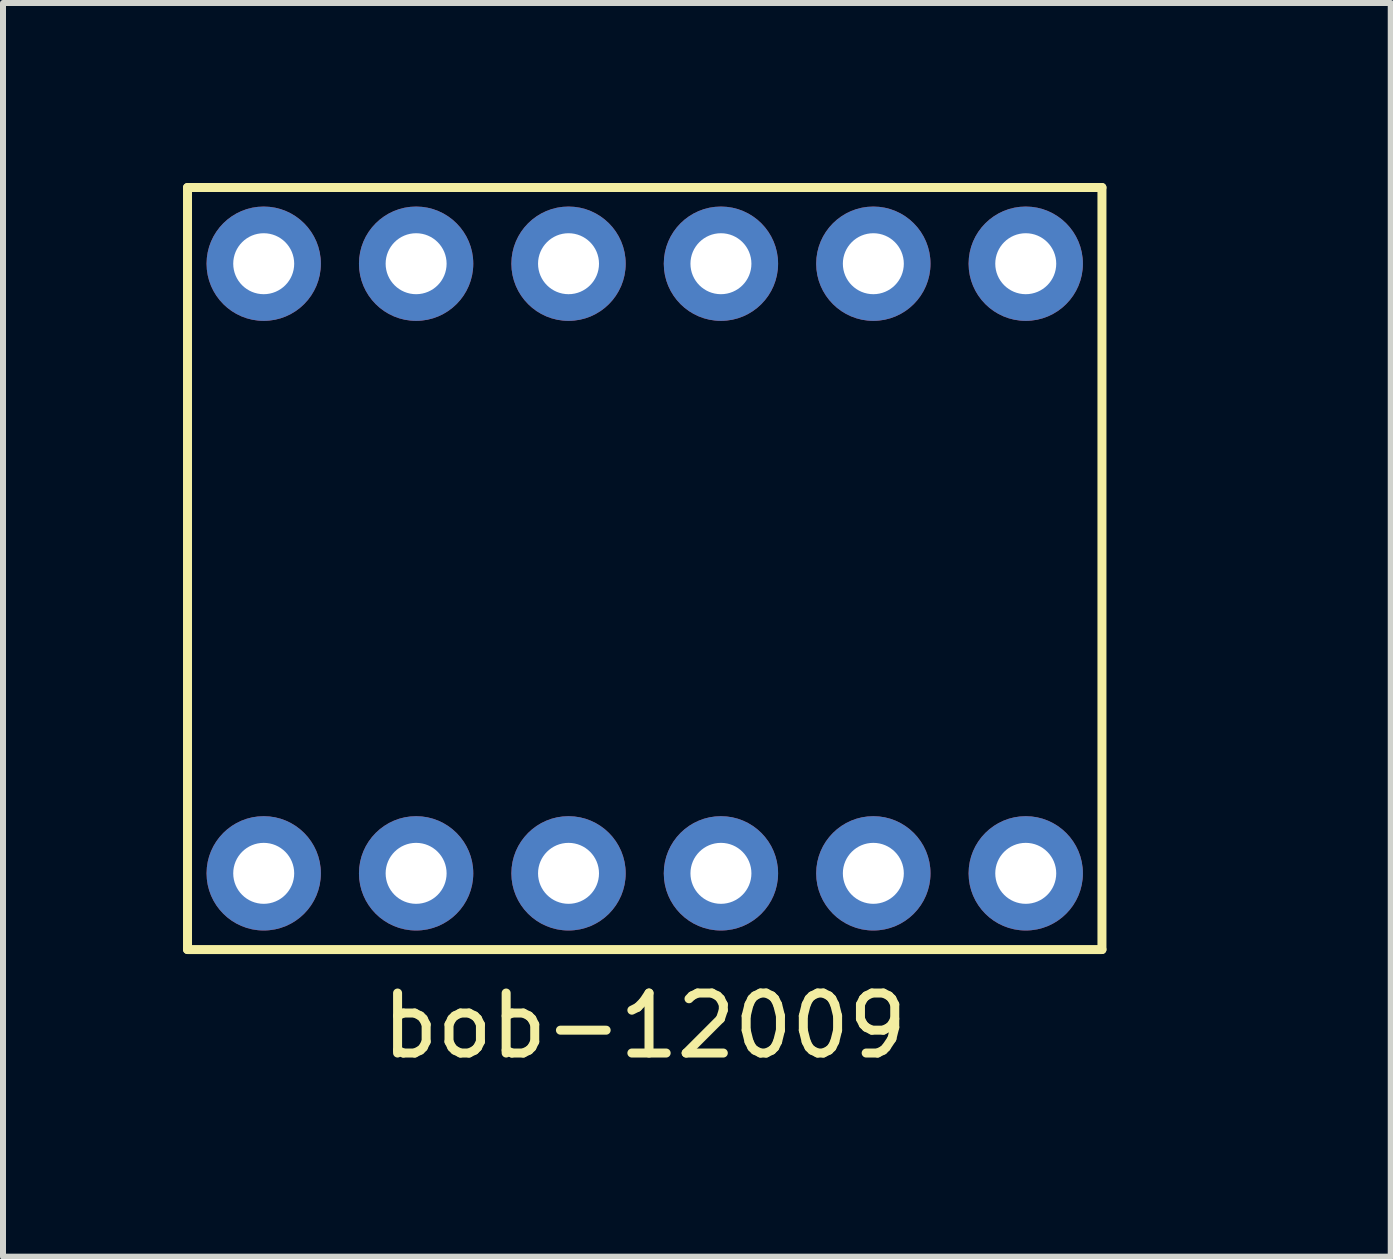
<source format=kicad_pcb>
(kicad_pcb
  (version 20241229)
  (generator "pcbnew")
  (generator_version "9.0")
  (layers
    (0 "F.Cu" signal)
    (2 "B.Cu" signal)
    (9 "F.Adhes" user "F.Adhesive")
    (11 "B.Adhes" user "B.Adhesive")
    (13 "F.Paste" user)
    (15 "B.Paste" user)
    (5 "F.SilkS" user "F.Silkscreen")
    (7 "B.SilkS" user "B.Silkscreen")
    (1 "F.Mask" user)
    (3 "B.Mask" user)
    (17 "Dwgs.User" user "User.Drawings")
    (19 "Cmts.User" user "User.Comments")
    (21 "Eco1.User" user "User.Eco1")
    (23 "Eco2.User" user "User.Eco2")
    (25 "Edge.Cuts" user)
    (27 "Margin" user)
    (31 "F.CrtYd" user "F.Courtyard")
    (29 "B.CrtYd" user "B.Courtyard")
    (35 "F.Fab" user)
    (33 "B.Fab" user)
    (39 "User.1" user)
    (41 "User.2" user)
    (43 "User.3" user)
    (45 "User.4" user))
  (footprint "bob-12009"
    (layer "F.Cu")
    (at 16.878 11.505)
    (property "Reference" "bob-12009" (at -9.183 2.54 0) (layer "F.SilkS") (effects (font (size 1 1) (thickness 0.15))))
    (attr through_hole)
    (fp_line (start -16.803 -11.43) (end -16.803 1.27) (stroke (width 0.15) (type solid)) (layer "F.SilkS"))
    (fp_line (start -16.803 1.27) (end -1.563 1.27) (stroke (width 0.15) (type solid)) (layer "F.SilkS"))
    (fp_line (start -1.563 -11.43) (end -16.803 -11.43) (stroke (width 0.15) (type solid)) (layer "F.SilkS"))
    (fp_line (start -1.563 1.27) (end -1.563 -11.43) (stroke (width 0.15) (type solid)) (layer "F.SilkS"))
    (pad "GND" thru_hole circle (at -7.913 -10.16 180) (size 1.905 1.905) (drill 1.016) (layers "*.Cu" "*.Mask"))
    (pad "GND" thru_hole circle (at -7.913 0 180) (size 1.905 1.905) (drill 1.016) (layers "*.Cu" "*.Mask"))
    (pad "HV" thru_hole circle (at -10.453 -10.16 180) (size 1.905 1.905) (drill 1.016) (layers "*.Cu" "*.Mask"))
    (pad "HV1" thru_hole circle (at -15.533 -10.16 180) (size 1.905 1.905) (drill 1.016) (layers "*.Cu" "*.Mask"))
    (pad "HV2" thru_hole circle (at -12.993 -10.16 180) (size 1.905 1.905) (drill 1.016) (layers "*.Cu" "*.Mask"))
    (pad "HV3" thru_hole circle (at -5.373 -10.16 180) (size 1.905 1.905) (drill 1.016) (layers "*.Cu" "*.Mask"))
    (pad "HV4" thru_hole circle (at -2.833 -10.16 180) (size 1.905 1.905) (drill 1.016) (layers "*.Cu" "*.Mask"))
    (pad "LV" thru_hole circle (at -10.453 0 180) (size 1.905 1.905) (drill 1.016) (layers "*.Cu" "*.Mask"))
    (pad "LV1" thru_hole circle (at -15.533 0 180) (size 1.905 1.905) (drill 1.016) (layers "*.Cu" "*.Mask"))
    (pad "LV2" thru_hole circle (at -12.993 0 180) (size 1.905 1.905) (drill 1.016) (layers "*.Cu" "*.Mask"))
    (pad "LV3" thru_hole circle (at -5.373 0 180) (size 1.905 1.905) (drill 1.016) (layers "*.Cu" "*.Mask"))
    (pad "LV4" thru_hole circle (at -2.833 0 180) (size 1.905 1.905) (drill 1.016) (layers "*.Cu" "*.Mask")))
  (gr_rect
    (start -3 -3)
    (end 20.128 17.893)
    (stroke (width 0.1) (type default))
    (fill no)
    (layer "Edge.Cuts")))
</source>
